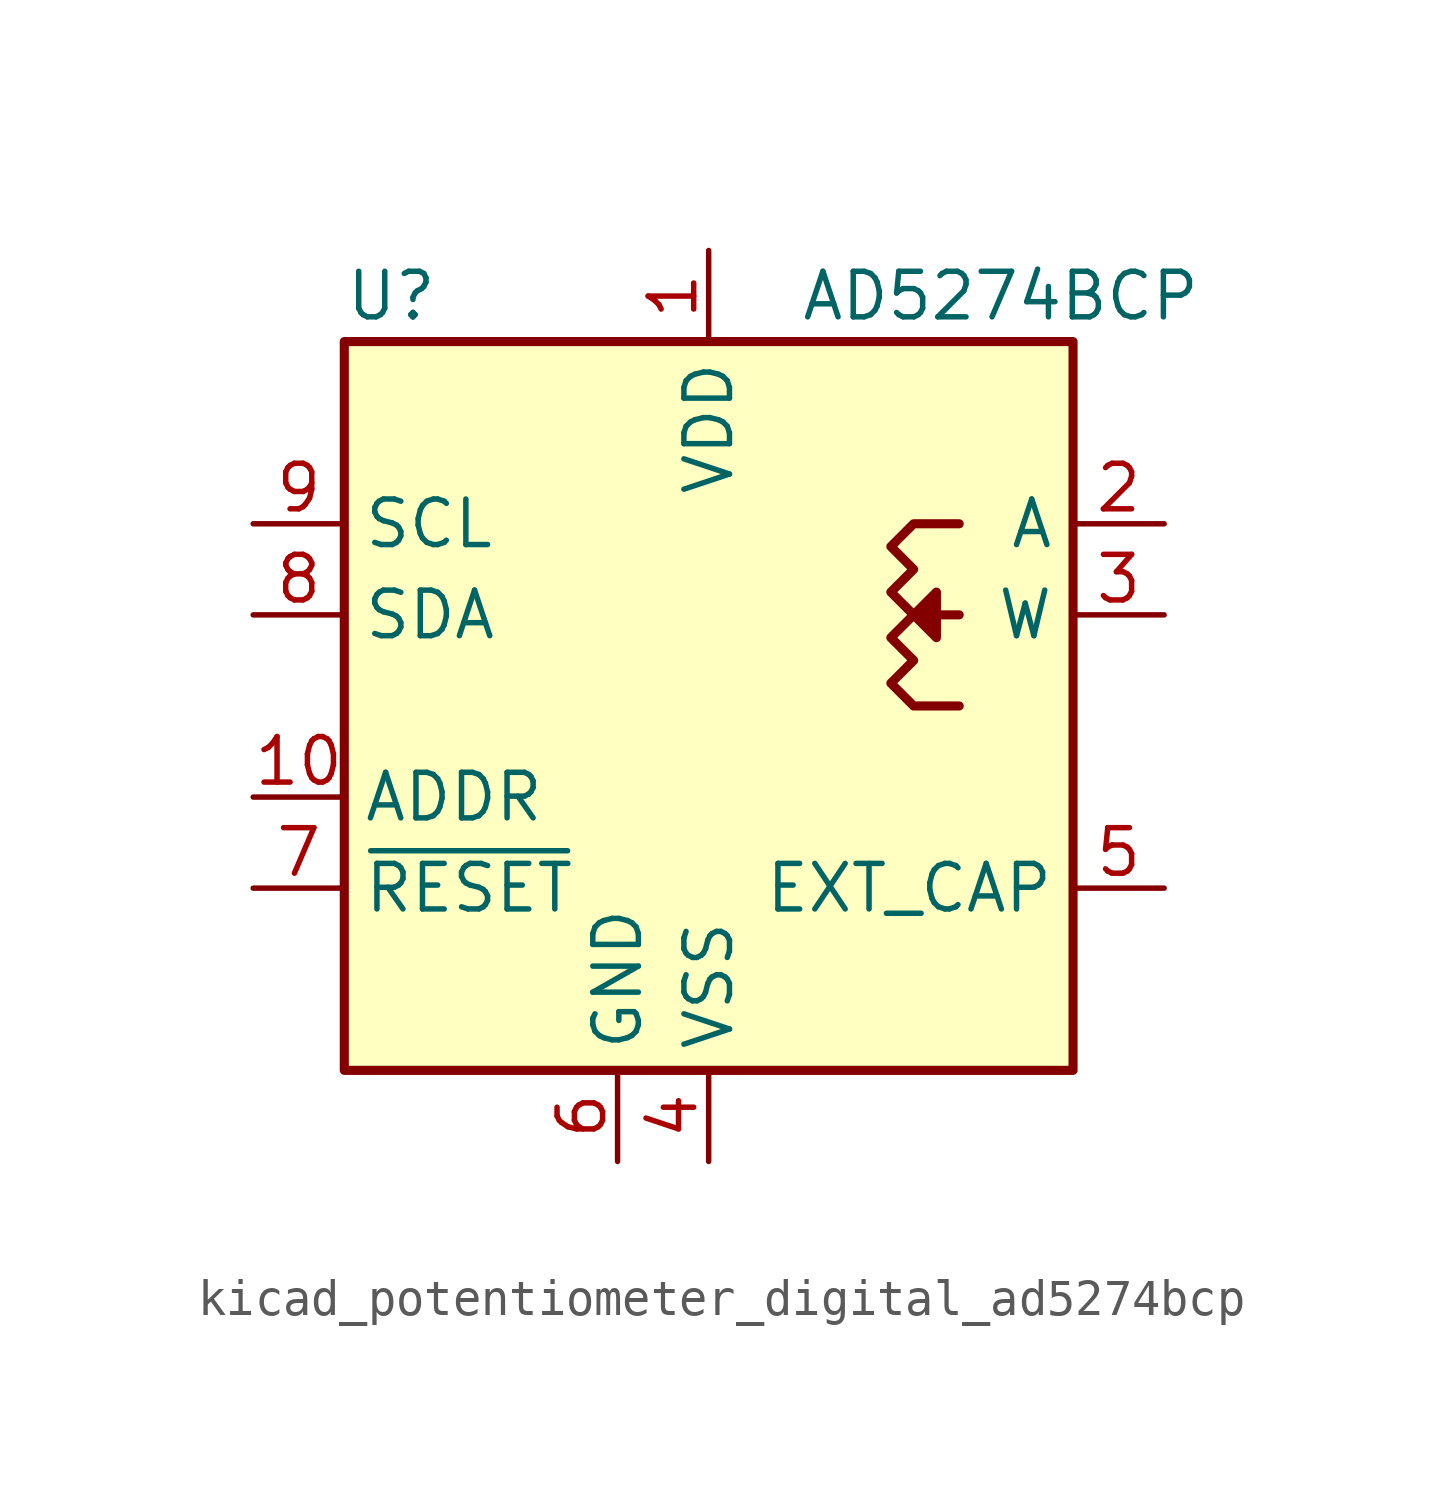
<source format=kicad_sym>
(kicad_symbol_lib
  (version 20220914)
  (generator kicad_symbol_editor)
  (symbol "kicad_potentiometer_digital_ad5274bcp"
    (property "Reference" "U"
      (at -10.16 11.43 0)
      (effects (font (size 1.27 1.27)) (justify left)))
    (property "Value" "AD5274BCP"
      (at 2.54 11.43 0)
      (effects (font (size 1.27 1.27)) (justify left)))
    (symbol "kicad_potentiometer_digital_ad5274bcp_0_1"
      (rectangle (start -10.16 10.16) (end 10.16 -10.16) (stroke (width 0.254) (type default)) (fill (type background)))
      (polyline (pts (xy 6.985 2.54) (xy 6.35 2.54) (xy 5.715 2.54) (xy 6.35 3.175) (xy 6.35 1.905) (xy 5.715 2.54)) (stroke (width 0.254) (type default)) (fill (type outline)))
      (polyline (pts (xy 6.985 5.08) (xy 5.715 5.08) (xy 5.08 4.445) (xy 5.715 3.81) (xy 5.08 3.175) (xy 5.715 2.54) (xy 5.08 1.905) (xy 5.715 1.27) (xy 5.08 0.635) (xy 5.715 0) (xy 6.985 0)) (stroke (width 0.254) (type default)) (fill (type none))))
    (symbol "kicad_potentiometer_digital_ad5274bcp_1_1"
      (pin power_in line (at 0 12.7 270) (length 2.54) (name "VDD" (effects (font (size 1.27 1.27)))) (number "1" (effects (font (size 1.27 1.27)))))
      (pin passive line (at -12.7 -2.54 0) (length 2.54) (name "ADDR" (effects (font (size 1.27 1.27)))) (number "10" (effects (font (size 1.27 1.27)))))
      (pin passive line (at 0 -12.7 90) (length 2.54) hide (name "VSS" (effects (font (size 1.27 1.27)))) (number "11" (effects (font (size 1.27 1.27)))))
      (pin passive line (at 12.7 5.08 180) (length 2.54) (name "A" (effects (font (size 1.27 1.27)))) (number "2" (effects (font (size 1.27 1.27)))))
      (pin passive line (at 12.7 2.54 180) (length 2.54) (name "W" (effects (font (size 1.27 1.27)))) (number "3" (effects (font (size 1.27 1.27)))))
      (pin power_in line (at 0 -12.7 90) (length 2.54) (name "VSS" (effects (font (size 1.27 1.27)))) (number "4" (effects (font (size 1.27 1.27)))))
      (pin passive line (at 12.7 -5.08 180) (length 2.54) (name "EXT_CAP" (effects (font (size 1.27 1.27)))) (number "5" (effects (font (size 1.27 1.27)))))
      (pin power_in line (at -2.54 -12.7 90) (length 2.54) (name "GND" (effects (font (size 1.27 1.27)))) (number "6" (effects (font (size 1.27 1.27)))))
      (pin input line (at -12.7 -5.08 0) (length 2.54) (name "~{RESET}" (effects (font (size 1.27 1.27)))) (number "7" (effects (font (size 1.27 1.27)))))
      (pin bidirectional line (at -12.7 2.54 0) (length 2.54) (name "SDA" (effects (font (size 1.27 1.27)))) (number "8" (effects (font (size 1.27 1.27)))))
      (pin input line (at -12.7 5.08 0) (length 2.54) (name "SCL" (effects (font (size 1.27 1.27)))) (number "9" (effects (font (size 1.27 1.27))))))))
</source>
